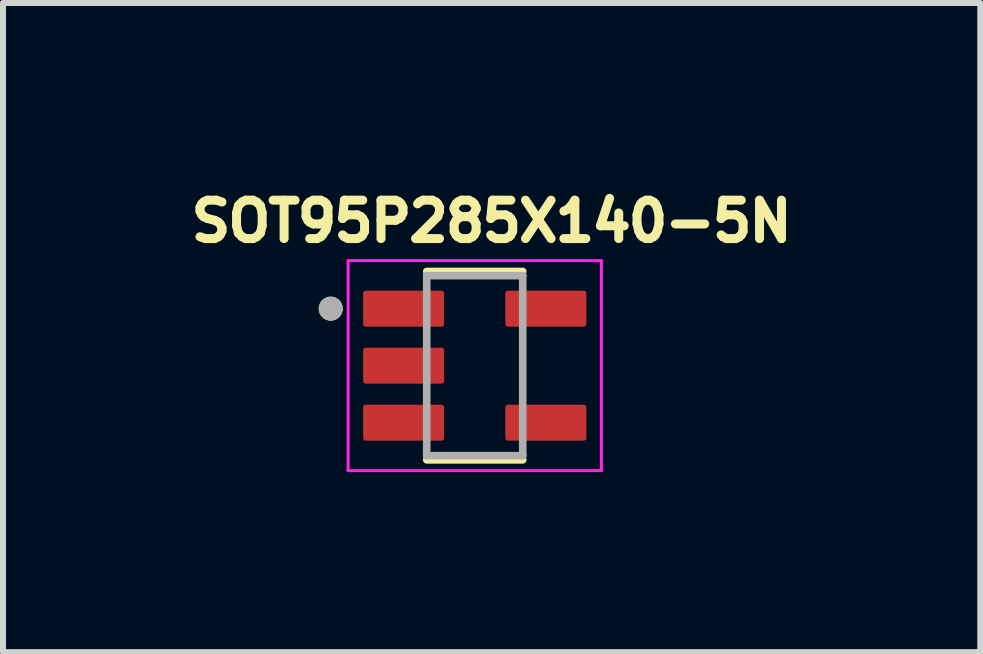
<source format=kicad_pcb>
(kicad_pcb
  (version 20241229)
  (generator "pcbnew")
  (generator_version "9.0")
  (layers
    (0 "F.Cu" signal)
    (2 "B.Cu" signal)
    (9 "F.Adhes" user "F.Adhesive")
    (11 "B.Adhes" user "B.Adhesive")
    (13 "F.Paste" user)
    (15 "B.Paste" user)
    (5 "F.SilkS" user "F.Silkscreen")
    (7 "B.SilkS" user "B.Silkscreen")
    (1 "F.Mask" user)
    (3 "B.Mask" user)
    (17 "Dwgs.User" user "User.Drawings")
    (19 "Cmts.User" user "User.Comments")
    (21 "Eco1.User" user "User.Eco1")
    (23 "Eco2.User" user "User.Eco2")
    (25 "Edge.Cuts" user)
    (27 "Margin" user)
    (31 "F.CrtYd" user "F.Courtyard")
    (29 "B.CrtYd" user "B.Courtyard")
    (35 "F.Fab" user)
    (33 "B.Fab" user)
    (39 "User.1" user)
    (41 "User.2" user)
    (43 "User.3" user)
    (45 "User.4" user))
  (footprint "SOT95P285X140-5N"
    (layer "F.Cu")
    (at 4.862 3.044)
    (property "Reference" "SOT95P285X140-5N" (at 0.282 -2.406 0) (layer "F.SilkS") (effects (font (size 0.64 0.64) (thickness 0.15))))
    (attr through_hole)
    (fp_line (start -0.8 -1.57) (end 0.8 -1.57) (stroke (width 0.127) (type solid)) (layer "F.SilkS"))
    (fp_line (start 0.8 1.57) (end -0.8 1.57) (stroke (width 0.127) (type solid)) (layer "F.SilkS"))
    (fp_circle (center -2.4 -0.95) (end -2.3 -0.95) (stroke (width 0.2) (type solid)) (fill no) (layer "F.SilkS"))
    (fp_line (start -2.11 -1.75) (end 2.11 -1.75) (stroke (width 0.05) (type solid)) (layer "F.CrtYd"))
    (fp_line (start -2.11 1.75) (end -2.11 -1.75) (stroke (width 0.05) (type solid)) (layer "F.CrtYd"))
    (fp_line (start 2.11 -1.75) (end 2.11 1.75) (stroke (width 0.05) (type solid)) (layer "F.CrtYd"))
    (fp_line (start 2.11 1.75) (end -2.11 1.75) (stroke (width 0.05) (type solid)) (layer "F.CrtYd"))
    (fp_line (start -0.8 -1.5) (end 0.8 -1.5) (stroke (width 0.127) (type solid)) (layer "F.Fab"))
    (fp_line (start -0.8 1.5) (end -0.8 -1.5) (stroke (width 0.127) (type solid)) (layer "F.Fab"))
    (fp_line (start 0.8 -1.5) (end 0.8 1.5) (stroke (width 0.127) (type solid)) (layer "F.Fab"))
    (fp_line (start 0.8 1.5) (end -0.8 1.5) (stroke (width 0.127) (type solid)) (layer "F.Fab"))
    (fp_circle (center -2.4 -0.95) (end -2.3 -0.95) (stroke (width 0.2) (type solid)) (fill no) (layer "F.Fab"))
    (pad "1" smd roundrect (at -1.185 -0.95) (size 1.35 0.6) (layers "F.Cu" "F.Mask" "F.Paste") (roundrect_rratio 0.07))
    (pad "2" smd roundrect (at -1.185 0) (size 1.35 0.6) (layers "F.Cu" "F.Mask" "F.Paste") (roundrect_rratio 0.07))
    (pad "3" smd roundrect (at -1.185 0.95) (size 1.35 0.6) (layers "F.Cu" "F.Mask" "F.Paste") (roundrect_rratio 0.07))
    (pad "4" smd roundrect (at 1.185 0.95) (size 1.35 0.6) (layers "F.Cu" "F.Mask" "F.Paste") (roundrect_rratio 0.07))
    (pad "5" smd roundrect (at 1.185 -0.95) (size 1.35 0.6) (layers "F.Cu" "F.Mask" "F.Paste") (roundrect_rratio 0.07)))
  (gr_rect
    (start -3 -3)
    (end 13.288 7.819)
    (stroke (width 0.1) (type default))
    (fill no)
    (layer "Edge.Cuts")))
</source>
